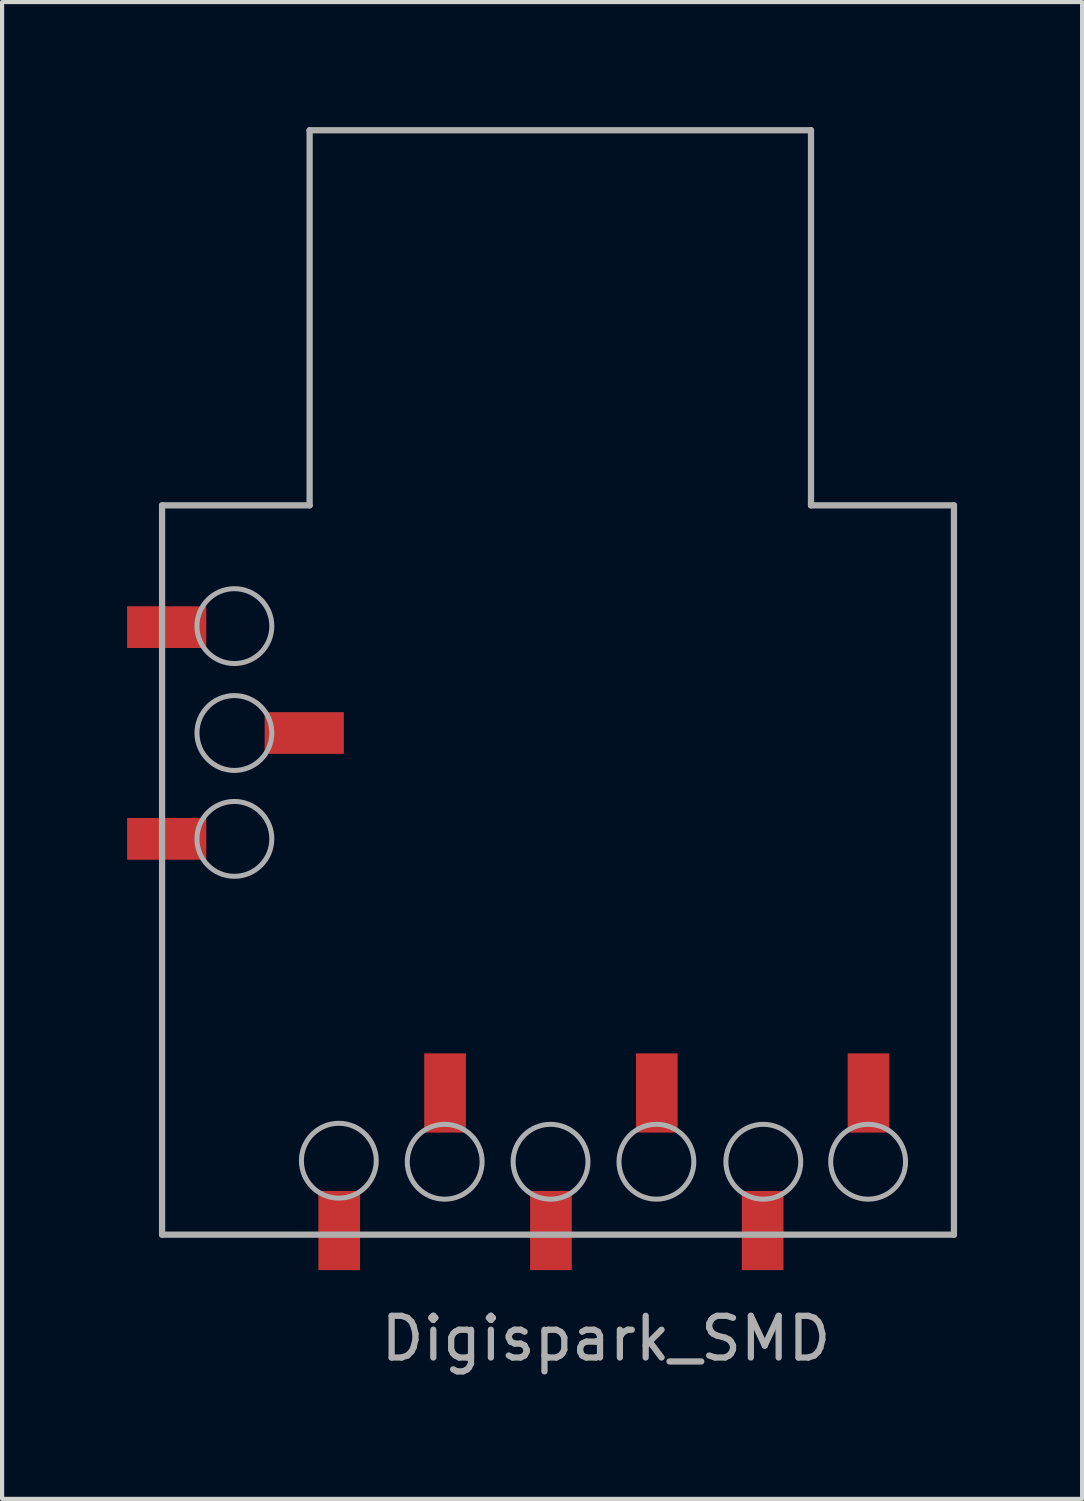
<source format=kicad_pcb>
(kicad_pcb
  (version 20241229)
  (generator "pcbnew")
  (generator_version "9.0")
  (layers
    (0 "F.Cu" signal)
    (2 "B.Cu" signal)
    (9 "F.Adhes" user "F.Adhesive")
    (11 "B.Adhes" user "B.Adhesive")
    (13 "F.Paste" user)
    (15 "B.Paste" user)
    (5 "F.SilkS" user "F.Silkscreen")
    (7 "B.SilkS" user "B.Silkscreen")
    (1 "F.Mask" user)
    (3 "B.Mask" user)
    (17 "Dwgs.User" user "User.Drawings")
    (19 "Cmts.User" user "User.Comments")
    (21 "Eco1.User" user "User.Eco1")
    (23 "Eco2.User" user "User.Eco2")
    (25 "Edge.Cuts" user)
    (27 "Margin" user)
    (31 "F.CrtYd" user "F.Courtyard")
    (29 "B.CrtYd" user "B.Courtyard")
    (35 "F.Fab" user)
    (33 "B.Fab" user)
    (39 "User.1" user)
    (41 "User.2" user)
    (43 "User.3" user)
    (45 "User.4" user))
  (footprint "Digispark_SMD"
    (layer "F.Cu")
    (at 11.439 14.665)
    (property "Reference" "Digispark_SMD" (at 0.051 14.402 180) (layer "F.Fab") (effects (font (size 1 1) (thickness 0.15))))
    (attr through_hole)
    (fp_line (start -10.6 -5.59) (end -10.6 11.91) (stroke (width 0.15) (type solid)) (layer "F.Fab"))
    (fp_line (start -10.6 11.91) (end 8.4 11.91) (stroke (width 0.15) (type solid)) (layer "F.Fab"))
    (fp_line (start -7.06 -14.59) (end -7.06 -5.59) (stroke (width 0.15) (type solid)) (layer "F.Fab"))
    (fp_line (start -7.06 -5.59) (end -10.6 -5.59) (stroke (width 0.15) (type solid)) (layer "F.Fab"))
    (fp_line (start 4.97 -14.59) (end -7.06 -14.59) (stroke (width 0.15) (type solid)) (layer "F.Fab"))
    (fp_line (start 4.97 -14.59) (end 4.97 -5.59) (stroke (width 0.15) (type solid)) (layer "F.Fab"))
    (fp_line (start 4.97 -5.59) (end 8.4 -5.59) (stroke (width 0.15) (type solid)) (layer "F.Fab"))
    (fp_line (start 8.4 -5.59) (end 8.4 11.91) (stroke (width 0.15) (type solid)) (layer "F.Fab"))
    (fp_circle (center -8.865 -2.692) (end -7.967 -2.692) (stroke (width 0.12) (type solid)) (fill no) (layer "F.Fab"))
    (fp_circle (center -8.865 -0.127) (end -7.967 -0.127) (stroke (width 0.12) (type solid)) (fill no) (layer "F.Fab"))
    (fp_circle (center -8.865 2.413) (end -7.967 2.413) (stroke (width 0.12) (type solid)) (fill no) (layer "F.Fab"))
    (fp_circle (center -6.359 10.135) (end -5.461 10.135) (stroke (width 0.12) (type solid)) (fill no) (layer "F.Fab"))
    (fp_circle (center -3.819 10.16) (end -2.921 10.16) (stroke (width 0.12) (type solid)) (fill no) (layer "F.Fab"))
    (fp_circle (center -1.279 10.16) (end -0.381 10.16) (stroke (width 0.12) (type solid)) (fill no) (layer "F.Fab"))
    (fp_circle (center 1.261 10.16) (end 2.159 10.16) (stroke (width 0.12) (type solid)) (fill no) (layer "F.Fab"))
    (fp_circle (center 3.826 10.16) (end 4.724 10.16) (stroke (width 0.12) (type solid)) (fill no) (layer "F.Fab"))
    (fp_circle (center 6.341 10.16) (end 7.239 10.16) (stroke (width 0.12) (type solid)) (fill no) (layer "F.Fab"))
    (pad "1" smd rect (at -6.35 11.81 270) (size 1.9 1) (layers "F.Cu" "F.Mask" "F.Paste"))
    (pad "2" smd rect (at -3.81 8.51 270) (size 1.9 1) (layers "F.Cu" "F.Mask" "F.Paste"))
    (pad "3" smd rect (at -1.27 11.81 270) (size 1.9 1) (layers "F.Cu" "F.Mask" "F.Paste"))
    (pad "4" smd rect (at 1.27 8.51 270) (size 1.9 1) (layers "F.Cu" "F.Mask" "F.Paste"))
    (pad "5" smd rect (at 3.81 11.81 270) (size 1.9 1) (layers "F.Cu" "F.Mask" "F.Paste"))
    (pad "6" smd rect (at 6.35 8.51 270) (size 1.9 1) (layers "F.Cu" "F.Mask" "F.Paste"))
    (pad "7" smd rect (at -10.489 2.413) (size 1.9 1) (layers "F.Cu" "F.Mask" "F.Paste"))
    (pad "8" smd rect (at -7.189 -0.127) (size 1.9 1) (layers "F.Cu" "F.Mask" "F.Paste"))
    (pad "9" smd rect (at -10.489 -2.667) (size 1.9 1) (layers "F.Cu" "F.Mask" "F.Paste")))
  (gr_rect
    (start -3 -3)
    (end 22.914 32.915)
    (stroke (width 0.1) (type default))
    (fill no)
    (layer "Edge.Cuts")))
</source>
